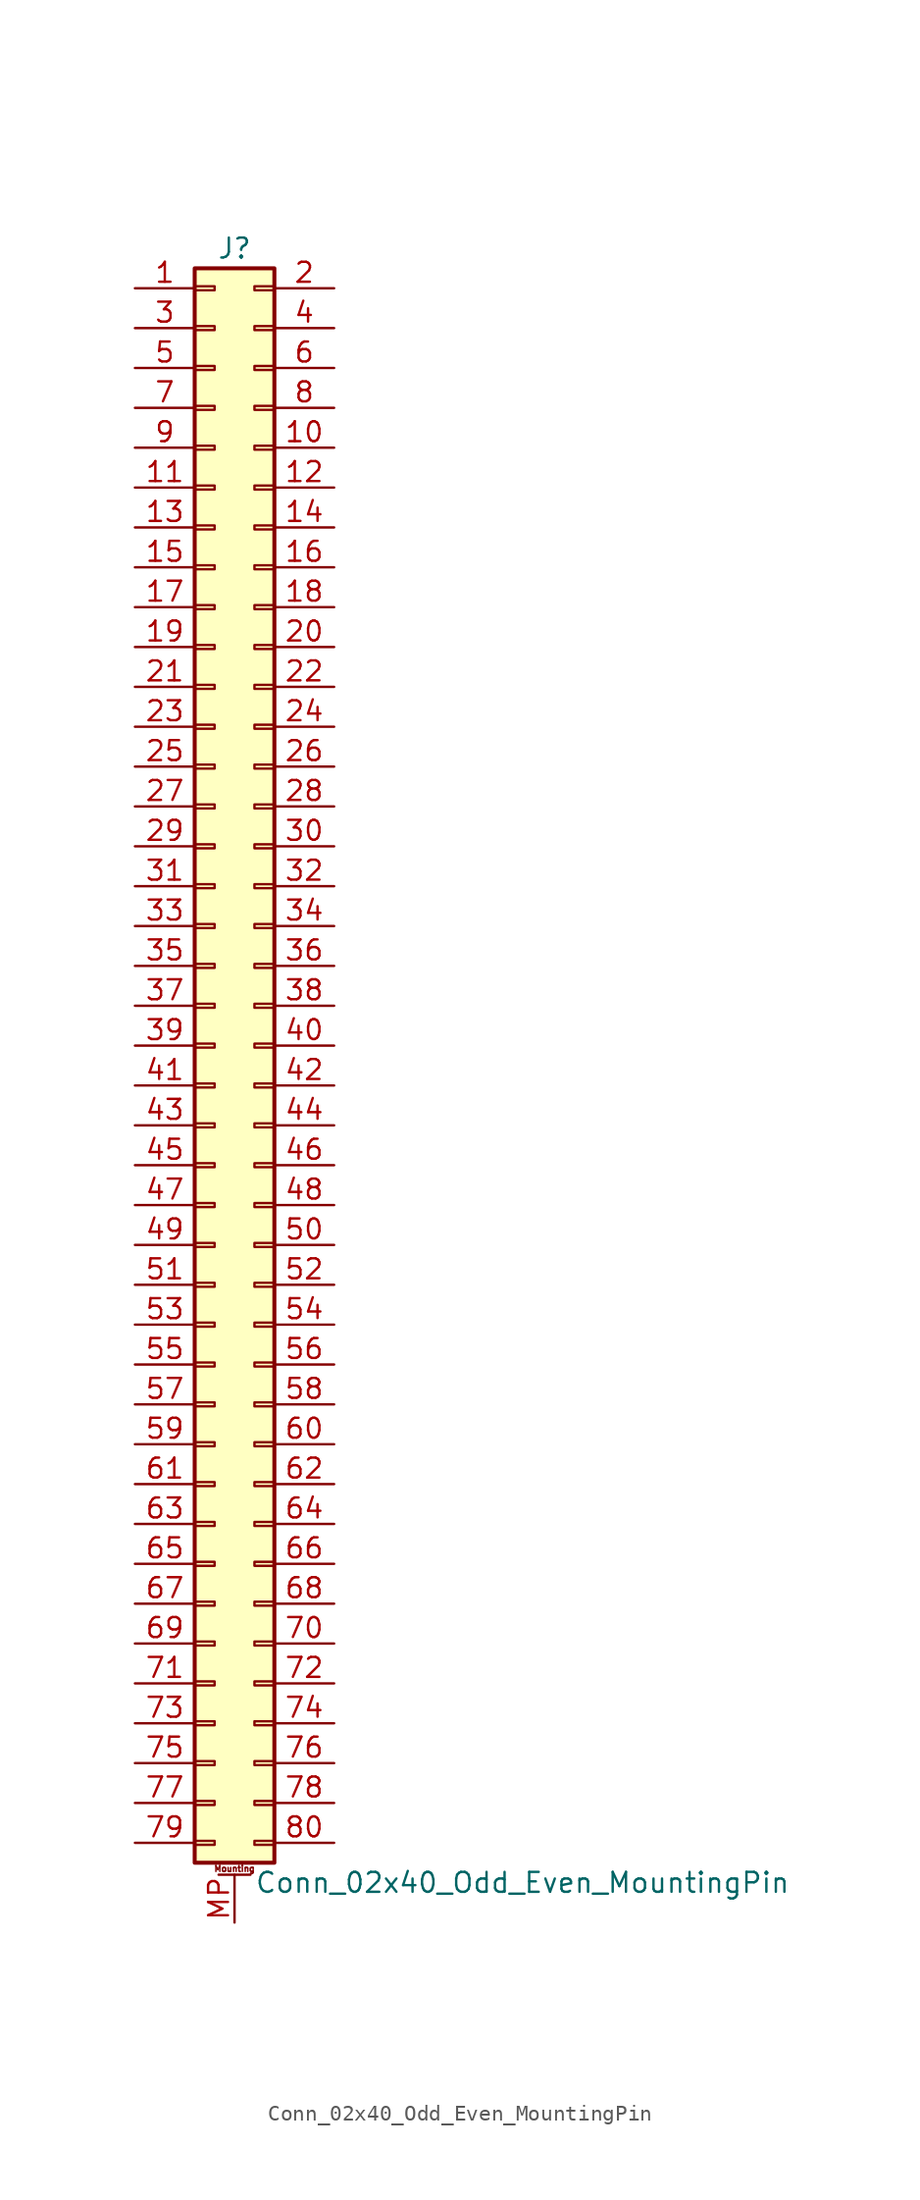
<source format=kicad_sym>
(kicad_symbol_lib
  (version 20211014)
  (generator kicad_symbol_editor)
  (symbol "Conn_02x40_Odd_Even_MountingPin"
    (pin_names
      (offset 1.016) hide)
    (property "Reference" "J"
      (at 1.27 50.8 0)
      (effects (font (size 1.27 1.27))))
    (property "Value" "Conn_02x40_Odd_Even_MountingPin"
      (at 2.54 -53.34 0)
      (effects (font (size 1.27 1.27)) (justify left)))
    (symbol "Conn_02x40_Odd_Even_MountingPin_1_1"
      (rectangle (start -1.27 -50.673) (end 0 -50.927) (stroke (width 0.152) (type default) (color 0 0 0 0)) (fill (type none)))
      (rectangle (start -1.27 -48.133) (end 0 -48.387) (stroke (width 0.152) (type default) (color 0 0 0 0)) (fill (type none)))
      (rectangle (start -1.27 -45.593) (end 0 -45.847) (stroke (width 0.152) (type default) (color 0 0 0 0)) (fill (type none)))
      (rectangle (start -1.27 -43.053) (end 0 -43.307) (stroke (width 0.152) (type default) (color 0 0 0 0)) (fill (type none)))
      (rectangle (start -1.27 -40.513) (end 0 -40.767) (stroke (width 0.152) (type default) (color 0 0 0 0)) (fill (type none)))
      (rectangle (start -1.27 -37.973) (end 0 -38.227) (stroke (width 0.152) (type default) (color 0 0 0 0)) (fill (type none)))
      (rectangle (start -1.27 -35.433) (end 0 -35.687) (stroke (width 0.152) (type default) (color 0 0 0 0)) (fill (type none)))
      (rectangle (start -1.27 -32.893) (end 0 -33.147) (stroke (width 0.152) (type default) (color 0 0 0 0)) (fill (type none)))
      (rectangle (start -1.27 -30.353) (end 0 -30.607) (stroke (width 0.152) (type default) (color 0 0 0 0)) (fill (type none)))
      (rectangle (start -1.27 -27.813) (end 0 -28.067) (stroke (width 0.152) (type default) (color 0 0 0 0)) (fill (type none)))
      (rectangle (start -1.27 -25.273) (end 0 -25.527) (stroke (width 0.152) (type default) (color 0 0 0 0)) (fill (type none)))
      (rectangle (start -1.27 -22.733) (end 0 -22.987) (stroke (width 0.152) (type default) (color 0 0 0 0)) (fill (type none)))
      (rectangle (start -1.27 -20.193) (end 0 -20.447) (stroke (width 0.152) (type default) (color 0 0 0 0)) (fill (type none)))
      (rectangle (start -1.27 -17.653) (end 0 -17.907) (stroke (width 0.152) (type default) (color 0 0 0 0)) (fill (type none)))
      (rectangle (start -1.27 -15.113) (end 0 -15.367) (stroke (width 0.152) (type default) (color 0 0 0 0)) (fill (type none)))
      (rectangle (start -1.27 -12.573) (end 0 -12.827) (stroke (width 0.152) (type default) (color 0 0 0 0)) (fill (type none)))
      (rectangle (start -1.27 -10.033) (end 0 -10.287) (stroke (width 0.152) (type default) (color 0 0 0 0)) (fill (type none)))
      (rectangle (start -1.27 -7.493) (end 0 -7.747) (stroke (width 0.152) (type default) (color 0 0 0 0)) (fill (type none)))
      (rectangle (start -1.27 -4.953) (end 0 -5.207) (stroke (width 0.152) (type default) (color 0 0 0 0)) (fill (type none)))
      (rectangle (start -1.27 -2.413) (end 0 -2.667) (stroke (width 0.152) (type default) (color 0 0 0 0)) (fill (type none)))
      (rectangle (start -1.27 0.127) (end 0 -0.127) (stroke (width 0.152) (type default) (color 0 0 0 0)) (fill (type none)))
      (rectangle (start -1.27 2.667) (end 0 2.413) (stroke (width 0.152) (type default) (color 0 0 0 0)) (fill (type none)))
      (rectangle (start -1.27 5.207) (end 0 4.953) (stroke (width 0.152) (type default) (color 0 0 0 0)) (fill (type none)))
      (rectangle (start -1.27 7.747) (end 0 7.493) (stroke (width 0.152) (type default) (color 0 0 0 0)) (fill (type none)))
      (rectangle (start -1.27 10.287) (end 0 10.033) (stroke (width 0.152) (type default) (color 0 0 0 0)) (fill (type none)))
      (rectangle (start -1.27 12.827) (end 0 12.573) (stroke (width 0.152) (type default) (color 0 0 0 0)) (fill (type none)))
      (rectangle (start -1.27 15.367) (end 0 15.113) (stroke (width 0.152) (type default) (color 0 0 0 0)) (fill (type none)))
      (rectangle (start -1.27 17.907) (end 0 17.653) (stroke (width 0.152) (type default) (color 0 0 0 0)) (fill (type none)))
      (rectangle (start -1.27 20.447) (end 0 20.193) (stroke (width 0.152) (type default) (color 0 0 0 0)) (fill (type none)))
      (rectangle (start -1.27 22.987) (end 0 22.733) (stroke (width 0.152) (type default) (color 0 0 0 0)) (fill (type none)))
      (rectangle (start -1.27 25.527) (end 0 25.273) (stroke (width 0.152) (type default) (color 0 0 0 0)) (fill (type none)))
      (rectangle (start -1.27 28.067) (end 0 27.813) (stroke (width 0.152) (type default) (color 0 0 0 0)) (fill (type none)))
      (rectangle (start -1.27 30.607) (end 0 30.353) (stroke (width 0.152) (type default) (color 0 0 0 0)) (fill (type none)))
      (rectangle (start -1.27 33.147) (end 0 32.893) (stroke (width 0.152) (type default) (color 0 0 0 0)) (fill (type none)))
      (rectangle (start -1.27 35.687) (end 0 35.433) (stroke (width 0.152) (type default) (color 0 0 0 0)) (fill (type none)))
      (rectangle (start -1.27 38.227) (end 0 37.973) (stroke (width 0.152) (type default) (color 0 0 0 0)) (fill (type none)))
      (rectangle (start -1.27 40.767) (end 0 40.513) (stroke (width 0.152) (type default) (color 0 0 0 0)) (fill (type none)))
      (rectangle (start -1.27 43.307) (end 0 43.053) (stroke (width 0.152) (type default) (color 0 0 0 0)) (fill (type none)))
      (rectangle (start -1.27 45.847) (end 0 45.593) (stroke (width 0.152) (type default) (color 0 0 0 0)) (fill (type none)))
      (rectangle (start -1.27 48.387) (end 0 48.133) (stroke (width 0.152) (type default) (color 0 0 0 0)) (fill (type none)))
      (rectangle (start -1.27 49.53) (end 3.81 -52.07) (stroke (width 0.254) (type default) (color 0 0 0 0)) (fill (type background)))
      (polyline (pts (xy 0.254 -52.832) (xy 2.286 -52.832)) (stroke (width 0.152) (type default) (color 0 0 0 0)) (fill (type none)))
      (rectangle (start 3.81 -50.673) (end 2.54 -50.927) (stroke (width 0.152) (type default) (color 0 0 0 0)) (fill (type none)))
      (rectangle (start 3.81 -48.133) (end 2.54 -48.387) (stroke (width 0.152) (type default) (color 0 0 0 0)) (fill (type none)))
      (rectangle (start 3.81 -45.593) (end 2.54 -45.847) (stroke (width 0.152) (type default) (color 0 0 0 0)) (fill (type none)))
      (rectangle (start 3.81 -43.053) (end 2.54 -43.307) (stroke (width 0.152) (type default) (color 0 0 0 0)) (fill (type none)))
      (rectangle (start 3.81 -40.513) (end 2.54 -40.767) (stroke (width 0.152) (type default) (color 0 0 0 0)) (fill (type none)))
      (rectangle (start 3.81 -37.973) (end 2.54 -38.227) (stroke (width 0.152) (type default) (color 0 0 0 0)) (fill (type none)))
      (rectangle (start 3.81 -35.433) (end 2.54 -35.687) (stroke (width 0.152) (type default) (color 0 0 0 0)) (fill (type none)))
      (rectangle (start 3.81 -32.893) (end 2.54 -33.147) (stroke (width 0.152) (type default) (color 0 0 0 0)) (fill (type none)))
      (rectangle (start 3.81 -30.353) (end 2.54 -30.607) (stroke (width 0.152) (type default) (color 0 0 0 0)) (fill (type none)))
      (rectangle (start 3.81 -27.813) (end 2.54 -28.067) (stroke (width 0.152) (type default) (color 0 0 0 0)) (fill (type none)))
      (rectangle (start 3.81 -25.273) (end 2.54 -25.527) (stroke (width 0.152) (type default) (color 0 0 0 0)) (fill (type none)))
      (rectangle (start 3.81 -22.733) (end 2.54 -22.987) (stroke (width 0.152) (type default) (color 0 0 0 0)) (fill (type none)))
      (rectangle (start 3.81 -20.193) (end 2.54 -20.447) (stroke (width 0.152) (type default) (color 0 0 0 0)) (fill (type none)))
      (rectangle (start 3.81 -17.653) (end 2.54 -17.907) (stroke (width 0.152) (type default) (color 0 0 0 0)) (fill (type none)))
      (rectangle (start 3.81 -15.113) (end 2.54 -15.367) (stroke (width 0.152) (type default) (color 0 0 0 0)) (fill (type none)))
      (rectangle (start 3.81 -12.573) (end 2.54 -12.827) (stroke (width 0.152) (type default) (color 0 0 0 0)) (fill (type none)))
      (rectangle (start 3.81 -10.033) (end 2.54 -10.287) (stroke (width 0.152) (type default) (color 0 0 0 0)) (fill (type none)))
      (rectangle (start 3.81 -7.493) (end 2.54 -7.747) (stroke (width 0.152) (type default) (color 0 0 0 0)) (fill (type none)))
      (rectangle (start 3.81 -4.953) (end 2.54 -5.207) (stroke (width 0.152) (type default) (color 0 0 0 0)) (fill (type none)))
      (rectangle (start 3.81 -2.413) (end 2.54 -2.667) (stroke (width 0.152) (type default) (color 0 0 0 0)) (fill (type none)))
      (rectangle (start 3.81 0.127) (end 2.54 -0.127) (stroke (width 0.152) (type default) (color 0 0 0 0)) (fill (type none)))
      (rectangle (start 3.81 2.667) (end 2.54 2.413) (stroke (width 0.152) (type default) (color 0 0 0 0)) (fill (type none)))
      (rectangle (start 3.81 5.207) (end 2.54 4.953) (stroke (width 0.152) (type default) (color 0 0 0 0)) (fill (type none)))
      (rectangle (start 3.81 7.747) (end 2.54 7.493) (stroke (width 0.152) (type default) (color 0 0 0 0)) (fill (type none)))
      (rectangle (start 3.81 10.287) (end 2.54 10.033) (stroke (width 0.152) (type default) (color 0 0 0 0)) (fill (type none)))
      (rectangle (start 3.81 12.827) (end 2.54 12.573) (stroke (width 0.152) (type default) (color 0 0 0 0)) (fill (type none)))
      (rectangle (start 3.81 15.367) (end 2.54 15.113) (stroke (width 0.152) (type default) (color 0 0 0 0)) (fill (type none)))
      (rectangle (start 3.81 17.907) (end 2.54 17.653) (stroke (width 0.152) (type default) (color 0 0 0 0)) (fill (type none)))
      (rectangle (start 3.81 20.447) (end 2.54 20.193) (stroke (width 0.152) (type default) (color 0 0 0 0)) (fill (type none)))
      (rectangle (start 3.81 22.987) (end 2.54 22.733) (stroke (width 0.152) (type default) (color 0 0 0 0)) (fill (type none)))
      (rectangle (start 3.81 25.527) (end 2.54 25.273) (stroke (width 0.152) (type default) (color 0 0 0 0)) (fill (type none)))
      (rectangle (start 3.81 28.067) (end 2.54 27.813) (stroke (width 0.152) (type default) (color 0 0 0 0)) (fill (type none)))
      (rectangle (start 3.81 30.607) (end 2.54 30.353) (stroke (width 0.152) (type default) (color 0 0 0 0)) (fill (type none)))
      (rectangle (start 3.81 33.147) (end 2.54 32.893) (stroke (width 0.152) (type default) (color 0 0 0 0)) (fill (type none)))
      (rectangle (start 3.81 35.687) (end 2.54 35.433) (stroke (width 0.152) (type default) (color 0 0 0 0)) (fill (type none)))
      (rectangle (start 3.81 38.227) (end 2.54 37.973) (stroke (width 0.152) (type default) (color 0 0 0 0)) (fill (type none)))
      (rectangle (start 3.81 40.767) (end 2.54 40.513) (stroke (width 0.152) (type default) (color 0 0 0 0)) (fill (type none)))
      (rectangle (start 3.81 43.307) (end 2.54 43.053) (stroke (width 0.152) (type default) (color 0 0 0 0)) (fill (type none)))
      (rectangle (start 3.81 45.847) (end 2.54 45.593) (stroke (width 0.152) (type default) (color 0 0 0 0)) (fill (type none)))
      (rectangle (start 3.81 48.387) (end 2.54 48.133) (stroke (width 0.152) (type default) (color 0 0 0 0)) (fill (type none)))
      (text "Mounting" (at 1.27 -52.451 0) (effects (font (size 0.381 0.381))))
      (pin passive line (at -5.08 48.26 0) (length 3.81) (name "Pin_1" (effects (font (size 1.27 1.27)))) (number "1" (effects (font (size 1.27 1.27)))))
      (pin passive line (at 7.62 38.1 180) (length 3.81) (name "Pin_10" (effects (font (size 1.27 1.27)))) (number "10" (effects (font (size 1.27 1.27)))))
      (pin passive line (at -5.08 35.56 0) (length 3.81) (name "Pin_11" (effects (font (size 1.27 1.27)))) (number "11" (effects (font (size 1.27 1.27)))))
      (pin passive line (at 7.62 35.56 180) (length 3.81) (name "Pin_12" (effects (font (size 1.27 1.27)))) (number "12" (effects (font (size 1.27 1.27)))))
      (pin passive line (at -5.08 33.02 0) (length 3.81) (name "Pin_13" (effects (font (size 1.27 1.27)))) (number "13" (effects (font (size 1.27 1.27)))))
      (pin passive line (at 7.62 33.02 180) (length 3.81) (name "Pin_14" (effects (font (size 1.27 1.27)))) (number "14" (effects (font (size 1.27 1.27)))))
      (pin passive line (at -5.08 30.48 0) (length 3.81) (name "Pin_15" (effects (font (size 1.27 1.27)))) (number "15" (effects (font (size 1.27 1.27)))))
      (pin passive line (at 7.62 30.48 180) (length 3.81) (name "Pin_16" (effects (font (size 1.27 1.27)))) (number "16" (effects (font (size 1.27 1.27)))))
      (pin passive line (at -5.08 27.94 0) (length 3.81) (name "Pin_17" (effects (font (size 1.27 1.27)))) (number "17" (effects (font (size 1.27 1.27)))))
      (pin passive line (at 7.62 27.94 180) (length 3.81) (name "Pin_18" (effects (font (size 1.27 1.27)))) (number "18" (effects (font (size 1.27 1.27)))))
      (pin passive line (at -5.08 25.4 0) (length 3.81) (name "Pin_19" (effects (font (size 1.27 1.27)))) (number "19" (effects (font (size 1.27 1.27)))))
      (pin passive line (at 7.62 48.26 180) (length 3.81) (name "Pin_2" (effects (font (size 1.27 1.27)))) (number "2" (effects (font (size 1.27 1.27)))))
      (pin passive line (at 7.62 25.4 180) (length 3.81) (name "Pin_20" (effects (font (size 1.27 1.27)))) (number "20" (effects (font (size 1.27 1.27)))))
      (pin passive line (at -5.08 22.86 0) (length 3.81) (name "Pin_21" (effects (font (size 1.27 1.27)))) (number "21" (effects (font (size 1.27 1.27)))))
      (pin passive line (at 7.62 22.86 180) (length 3.81) (name "Pin_22" (effects (font (size 1.27 1.27)))) (number "22" (effects (font (size 1.27 1.27)))))
      (pin passive line (at -5.08 20.32 0) (length 3.81) (name "Pin_23" (effects (font (size 1.27 1.27)))) (number "23" (effects (font (size 1.27 1.27)))))
      (pin passive line (at 7.62 20.32 180) (length 3.81) (name "Pin_24" (effects (font (size 1.27 1.27)))) (number "24" (effects (font (size 1.27 1.27)))))
      (pin passive line (at -5.08 17.78 0) (length 3.81) (name "Pin_25" (effects (font (size 1.27 1.27)))) (number "25" (effects (font (size 1.27 1.27)))))
      (pin passive line (at 7.62 17.78 180) (length 3.81) (name "Pin_26" (effects (font (size 1.27 1.27)))) (number "26" (effects (font (size 1.27 1.27)))))
      (pin passive line (at -5.08 15.24 0) (length 3.81) (name "Pin_27" (effects (font (size 1.27 1.27)))) (number "27" (effects (font (size 1.27 1.27)))))
      (pin passive line (at 7.62 15.24 180) (length 3.81) (name "Pin_28" (effects (font (size 1.27 1.27)))) (number "28" (effects (font (size 1.27 1.27)))))
      (pin passive line (at -5.08 12.7 0) (length 3.81) (name "Pin_29" (effects (font (size 1.27 1.27)))) (number "29" (effects (font (size 1.27 1.27)))))
      (pin passive line (at -5.08 45.72 0) (length 3.81) (name "Pin_3" (effects (font (size 1.27 1.27)))) (number "3" (effects (font (size 1.27 1.27)))))
      (pin passive line (at 7.62 12.7 180) (length 3.81) (name "Pin_30" (effects (font (size 1.27 1.27)))) (number "30" (effects (font (size 1.27 1.27)))))
      (pin passive line (at -5.08 10.16 0) (length 3.81) (name "Pin_31" (effects (font (size 1.27 1.27)))) (number "31" (effects (font (size 1.27 1.27)))))
      (pin passive line (at 7.62 10.16 180) (length 3.81) (name "Pin_32" (effects (font (size 1.27 1.27)))) (number "32" (effects (font (size 1.27 1.27)))))
      (pin passive line (at -5.08 7.62 0) (length 3.81) (name "Pin_33" (effects (font (size 1.27 1.27)))) (number "33" (effects (font (size 1.27 1.27)))))
      (pin passive line (at 7.62 7.62 180) (length 3.81) (name "Pin_34" (effects (font (size 1.27 1.27)))) (number "34" (effects (font (size 1.27 1.27)))))
      (pin passive line (at -5.08 5.08 0) (length 3.81) (name "Pin_35" (effects (font (size 1.27 1.27)))) (number "35" (effects (font (size 1.27 1.27)))))
      (pin passive line (at 7.62 5.08 180) (length 3.81) (name "Pin_36" (effects (font (size 1.27 1.27)))) (number "36" (effects (font (size 1.27 1.27)))))
      (pin passive line (at -5.08 2.54 0) (length 3.81) (name "Pin_37" (effects (font (size 1.27 1.27)))) (number "37" (effects (font (size 1.27 1.27)))))
      (pin passive line (at 7.62 2.54 180) (length 3.81) (name "Pin_38" (effects (font (size 1.27 1.27)))) (number "38" (effects (font (size 1.27 1.27)))))
      (pin passive line (at -5.08 0 0) (length 3.81) (name "Pin_39" (effects (font (size 1.27 1.27)))) (number "39" (effects (font (size 1.27 1.27)))))
      (pin passive line (at 7.62 45.72 180) (length 3.81) (name "Pin_4" (effects (font (size 1.27 1.27)))) (number "4" (effects (font (size 1.27 1.27)))))
      (pin passive line (at 7.62 0 180) (length 3.81) (name "Pin_40" (effects (font (size 1.27 1.27)))) (number "40" (effects (font (size 1.27 1.27)))))
      (pin passive line (at -5.08 -2.54 0) (length 3.81) (name "Pin_41" (effects (font (size 1.27 1.27)))) (number "41" (effects (font (size 1.27 1.27)))))
      (pin passive line (at 7.62 -2.54 180) (length 3.81) (name "Pin_42" (effects (font (size 1.27 1.27)))) (number "42" (effects (font (size 1.27 1.27)))))
      (pin passive line (at -5.08 -5.08 0) (length 3.81) (name "Pin_43" (effects (font (size 1.27 1.27)))) (number "43" (effects (font (size 1.27 1.27)))))
      (pin passive line (at 7.62 -5.08 180) (length 3.81) (name "Pin_44" (effects (font (size 1.27 1.27)))) (number "44" (effects (font (size 1.27 1.27)))))
      (pin passive line (at -5.08 -7.62 0) (length 3.81) (name "Pin_45" (effects (font (size 1.27 1.27)))) (number "45" (effects (font (size 1.27 1.27)))))
      (pin passive line (at 7.62 -7.62 180) (length 3.81) (name "Pin_46" (effects (font (size 1.27 1.27)))) (number "46" (effects (font (size 1.27 1.27)))))
      (pin passive line (at -5.08 -10.16 0) (length 3.81) (name "Pin_47" (effects (font (size 1.27 1.27)))) (number "47" (effects (font (size 1.27 1.27)))))
      (pin passive line (at 7.62 -10.16 180) (length 3.81) (name "Pin_48" (effects (font (size 1.27 1.27)))) (number "48" (effects (font (size 1.27 1.27)))))
      (pin passive line (at -5.08 -12.7 0) (length 3.81) (name "Pin_49" (effects (font (size 1.27 1.27)))) (number "49" (effects (font (size 1.27 1.27)))))
      (pin passive line (at -5.08 43.18 0) (length 3.81) (name "Pin_5" (effects (font (size 1.27 1.27)))) (number "5" (effects (font (size 1.27 1.27)))))
      (pin passive line (at 7.62 -12.7 180) (length 3.81) (name "Pin_50" (effects (font (size 1.27 1.27)))) (number "50" (effects (font (size 1.27 1.27)))))
      (pin passive line (at -5.08 -15.24 0) (length 3.81) (name "Pin_51" (effects (font (size 1.27 1.27)))) (number "51" (effects (font (size 1.27 1.27)))))
      (pin passive line (at 7.62 -15.24 180) (length 3.81) (name "Pin_52" (effects (font (size 1.27 1.27)))) (number "52" (effects (font (size 1.27 1.27)))))
      (pin passive line (at -5.08 -17.78 0) (length 3.81) (name "Pin_53" (effects (font (size 1.27 1.27)))) (number "53" (effects (font (size 1.27 1.27)))))
      (pin passive line (at 7.62 -17.78 180) (length 3.81) (name "Pin_54" (effects (font (size 1.27 1.27)))) (number "54" (effects (font (size 1.27 1.27)))))
      (pin passive line (at -5.08 -20.32 0) (length 3.81) (name "Pin_55" (effects (font (size 1.27 1.27)))) (number "55" (effects (font (size 1.27 1.27)))))
      (pin passive line (at 7.62 -20.32 180) (length 3.81) (name "Pin_56" (effects (font (size 1.27 1.27)))) (number "56" (effects (font (size 1.27 1.27)))))
      (pin passive line (at -5.08 -22.86 0) (length 3.81) (name "Pin_57" (effects (font (size 1.27 1.27)))) (number "57" (effects (font (size 1.27 1.27)))))
      (pin passive line (at 7.62 -22.86 180) (length 3.81) (name "Pin_58" (effects (font (size 1.27 1.27)))) (number "58" (effects (font (size 1.27 1.27)))))
      (pin passive line (at -5.08 -25.4 0) (length 3.81) (name "Pin_59" (effects (font (size 1.27 1.27)))) (number "59" (effects (font (size 1.27 1.27)))))
      (pin passive line (at 7.62 43.18 180) (length 3.81) (name "Pin_6" (effects (font (size 1.27 1.27)))) (number "6" (effects (font (size 1.27 1.27)))))
      (pin passive line (at 7.62 -25.4 180) (length 3.81) (name "Pin_60" (effects (font (size 1.27 1.27)))) (number "60" (effects (font (size 1.27 1.27)))))
      (pin passive line (at -5.08 -27.94 0) (length 3.81) (name "Pin_61" (effects (font (size 1.27 1.27)))) (number "61" (effects (font (size 1.27 1.27)))))
      (pin passive line (at 7.62 -27.94 180) (length 3.81) (name "Pin_62" (effects (font (size 1.27 1.27)))) (number "62" (effects (font (size 1.27 1.27)))))
      (pin passive line (at -5.08 -30.48 0) (length 3.81) (name "Pin_63" (effects (font (size 1.27 1.27)))) (number "63" (effects (font (size 1.27 1.27)))))
      (pin passive line (at 7.62 -30.48 180) (length 3.81) (name "Pin_64" (effects (font (size 1.27 1.27)))) (number "64" (effects (font (size 1.27 1.27)))))
      (pin passive line (at -5.08 -33.02 0) (length 3.81) (name "Pin_65" (effects (font (size 1.27 1.27)))) (number "65" (effects (font (size 1.27 1.27)))))
      (pin passive line (at 7.62 -33.02 180) (length 3.81) (name "Pin_66" (effects (font (size 1.27 1.27)))) (number "66" (effects (font (size 1.27 1.27)))))
      (pin passive line (at -5.08 -35.56 0) (length 3.81) (name "Pin_67" (effects (font (size 1.27 1.27)))) (number "67" (effects (font (size 1.27 1.27)))))
      (pin passive line (at 7.62 -35.56 180) (length 3.81) (name "Pin_68" (effects (font (size 1.27 1.27)))) (number "68" (effects (font (size 1.27 1.27)))))
      (pin passive line (at -5.08 -38.1 0) (length 3.81) (name "Pin_69" (effects (font (size 1.27 1.27)))) (number "69" (effects (font (size 1.27 1.27)))))
      (pin passive line (at -5.08 40.64 0) (length 3.81) (name "Pin_7" (effects (font (size 1.27 1.27)))) (number "7" (effects (font (size 1.27 1.27)))))
      (pin passive line (at 7.62 -38.1 180) (length 3.81) (name "Pin_70" (effects (font (size 1.27 1.27)))) (number "70" (effects (font (size 1.27 1.27)))))
      (pin passive line (at -5.08 -40.64 0) (length 3.81) (name "Pin_71" (effects (font (size 1.27 1.27)))) (number "71" (effects (font (size 1.27 1.27)))))
      (pin passive line (at 7.62 -40.64 180) (length 3.81) (name "Pin_72" (effects (font (size 1.27 1.27)))) (number "72" (effects (font (size 1.27 1.27)))))
      (pin passive line (at -5.08 -43.18 0) (length 3.81) (name "Pin_73" (effects (font (size 1.27 1.27)))) (number "73" (effects (font (size 1.27 1.27)))))
      (pin passive line (at 7.62 -43.18 180) (length 3.81) (name "Pin_74" (effects (font (size 1.27 1.27)))) (number "74" (effects (font (size 1.27 1.27)))))
      (pin passive line (at -5.08 -45.72 0) (length 3.81) (name "Pin_75" (effects (font (size 1.27 1.27)))) (number "75" (effects (font (size 1.27 1.27)))))
      (pin passive line (at 7.62 -45.72 180) (length 3.81) (name "Pin_76" (effects (font (size 1.27 1.27)))) (number "76" (effects (font (size 1.27 1.27)))))
      (pin passive line (at -5.08 -48.26 0) (length 3.81) (name "Pin_77" (effects (font (size 1.27 1.27)))) (number "77" (effects (font (size 1.27 1.27)))))
      (pin passive line (at 7.62 -48.26 180) (length 3.81) (name "Pin_78" (effects (font (size 1.27 1.27)))) (number "78" (effects (font (size 1.27 1.27)))))
      (pin passive line (at -5.08 -50.8 0) (length 3.81) (name "Pin_79" (effects (font (size 1.27 1.27)))) (number "79" (effects (font (size 1.27 1.27)))))
      (pin passive line (at 7.62 40.64 180) (length 3.81) (name "Pin_8" (effects (font (size 1.27 1.27)))) (number "8" (effects (font (size 1.27 1.27)))))
      (pin passive line (at 7.62 -50.8 180) (length 3.81) (name "Pin_80" (effects (font (size 1.27 1.27)))) (number "80" (effects (font (size 1.27 1.27)))))
      (pin passive line (at -5.08 38.1 0) (length 3.81) (name "Pin_9" (effects (font (size 1.27 1.27)))) (number "9" (effects (font (size 1.27 1.27)))))
      (pin passive line (at 1.27 -55.88 90) (length 3.048) (name "MountPin" (effects (font (size 1.27 1.27)))) (number "MP" (effects (font (size 1.27 1.27))))))))
</source>
